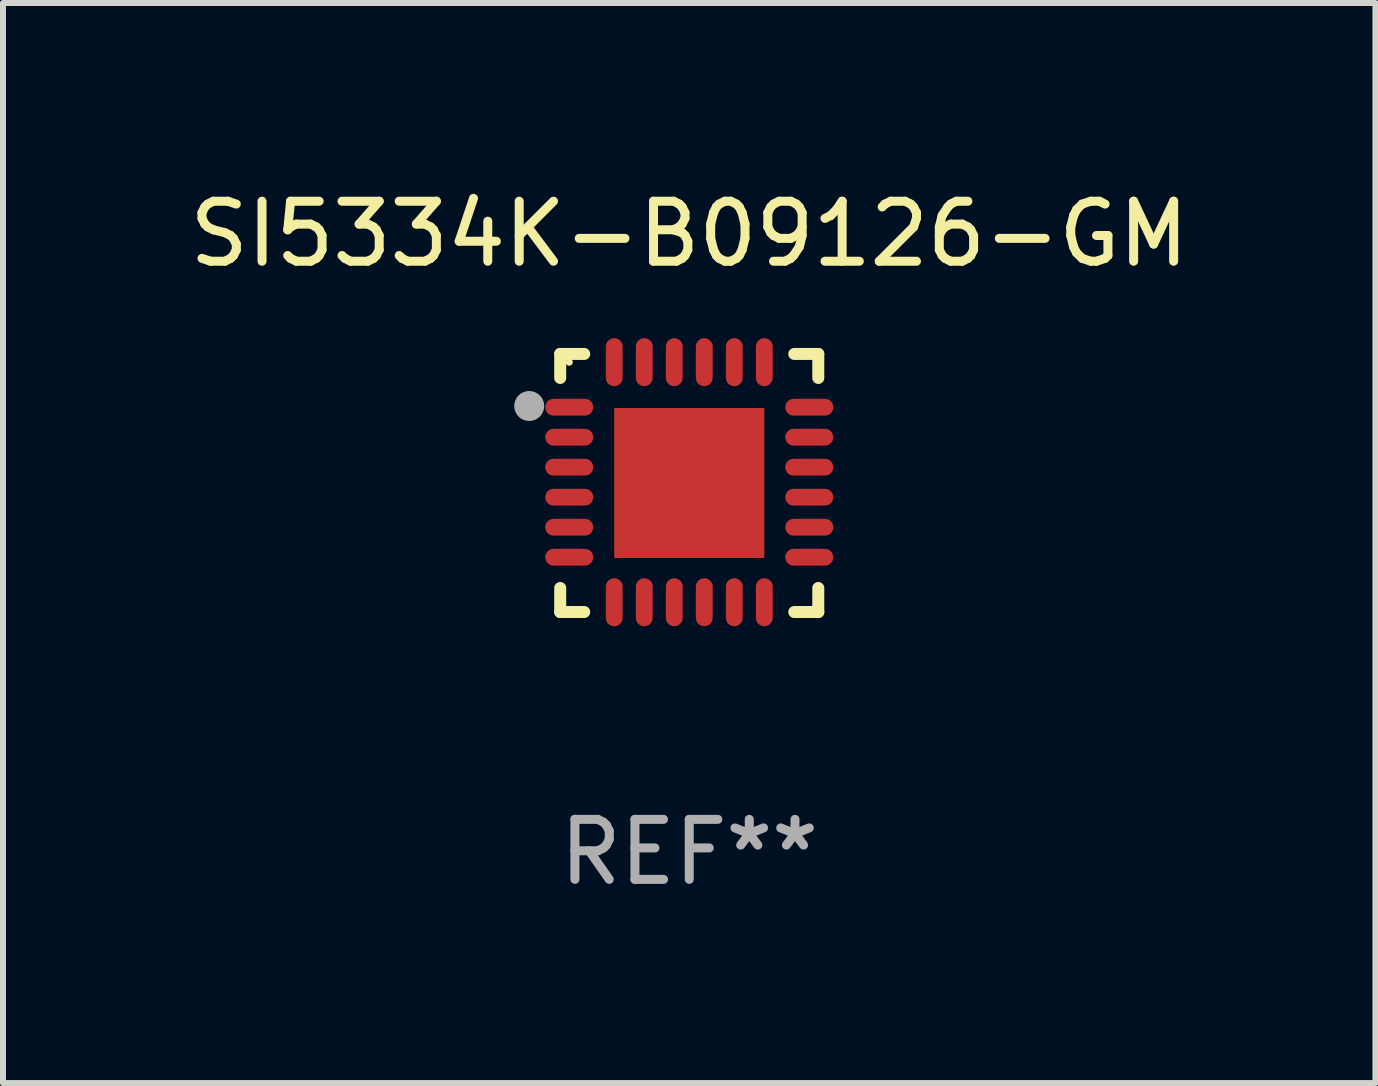
<source format=kicad_pcb>
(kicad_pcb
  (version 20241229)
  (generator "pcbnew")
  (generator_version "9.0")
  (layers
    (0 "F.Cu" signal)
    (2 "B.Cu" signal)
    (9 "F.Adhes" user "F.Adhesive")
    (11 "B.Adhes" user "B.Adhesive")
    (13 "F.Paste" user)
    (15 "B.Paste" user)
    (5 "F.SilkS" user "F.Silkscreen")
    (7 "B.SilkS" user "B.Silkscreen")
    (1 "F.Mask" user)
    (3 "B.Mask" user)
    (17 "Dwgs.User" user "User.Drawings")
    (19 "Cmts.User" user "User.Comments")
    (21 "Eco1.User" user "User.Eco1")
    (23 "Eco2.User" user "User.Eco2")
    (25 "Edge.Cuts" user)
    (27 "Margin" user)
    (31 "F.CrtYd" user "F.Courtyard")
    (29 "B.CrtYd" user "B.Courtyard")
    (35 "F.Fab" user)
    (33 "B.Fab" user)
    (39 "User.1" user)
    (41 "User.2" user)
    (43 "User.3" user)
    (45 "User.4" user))
  (footprint "SI5334K-B09126-GM"
    (layer "F.Cu")
    (at 8.435 4.998)
    (property "Reference" "SI5334K-B09126-GM" (at 0 -4.15 0) (layer "F.SilkS") (effects (font (size 1 1) (thickness 0.15))))
    (attr through_hole)
    (fp_line (start -2.15 -2.15) (end -1.75 -2.15) (stroke (width 0.2) (type solid)) (layer "F.SilkS"))
    (fp_line (start -2.15 -1.75) (end -2.15 -2.15) (stroke (width 0.2) (type solid)) (layer "F.SilkS"))
    (fp_line (start -2.15 2.15) (end -2.15 1.75) (stroke (width 0.2) (type solid)) (layer "F.SilkS"))
    (fp_line (start -1.75 2.15) (end -2.15 2.15) (stroke (width 0.2) (type solid)) (layer "F.SilkS"))
    (fp_line (start 1.75 -2.15) (end 2.15 -2.15) (stroke (width 0.2) (type solid)) (layer "F.SilkS"))
    (fp_line (start 1.75 2.15) (end 2.15 2.15) (stroke (width 0.2) (type solid)) (layer "F.SilkS"))
    (fp_line (start 2.15 -2.15) (end 2.15 -1.75) (stroke (width 0.2) (type solid)) (layer "F.SilkS"))
    (fp_line (start 2.15 2.15) (end 2.15 1.75) (stroke (width 0.2) (type solid)) (layer "F.SilkS"))
    (fp_circle (center -2 -2.013) (end -1.97 -2.013) (stroke (width 0.06) (type solid)) (fill no) (layer "F.SilkS"))
    (fp_circle (center -2.667 -1.283) (end -2.542 -1.283) (stroke (width 0.25) (type solid)) (fill no) (layer "F.Fab"))
    (fp_text user "REF**" (at 0 6.15 0) (layer "F.Fab") (effects (font (size 1 1) (thickness 0.15))))
    (pad "1" smd oval (at -2 -1.263) (size 0.8 0.28) (layers "F.Cu" "F.Mask" "F.Paste"))
    (pad "2" smd oval (at -2 -0.763) (size 0.8 0.28) (layers "F.Cu" "F.Mask" "F.Paste"))
    (pad "3" smd oval (at -2 -0.263) (size 0.8 0.28) (layers "F.Cu" "F.Mask" "F.Paste"))
    (pad "4" smd oval (at -2 0.237) (size 0.8 0.28) (layers "F.Cu" "F.Mask" "F.Paste"))
    (pad "5" smd oval (at -2 0.737) (size 0.8 0.28) (layers "F.Cu" "F.Mask" "F.Paste"))
    (pad "6" smd oval (at -2 1.237) (size 0.8 0.28) (layers "F.Cu" "F.Mask" "F.Paste"))
    (pad "7" smd oval (at -1.25 1.987) (size 0.28 0.8) (layers "F.Cu" "F.Mask" "F.Paste"))
    (pad "8" smd oval (at -0.75 1.987) (size 0.28 0.8) (layers "F.Cu" "F.Mask" "F.Paste"))
    (pad "9" smd oval (at -0.25 1.987) (size 0.28 0.8) (layers "F.Cu" "F.Mask" "F.Paste"))
    (pad "10" smd oval (at 0.25 1.987) (size 0.28 0.8) (layers "F.Cu" "F.Mask" "F.Paste"))
    (pad "11" smd oval (at 0.75 1.987) (size 0.28 0.8) (layers "F.Cu" "F.Mask" "F.Paste"))
    (pad "12" smd oval (at 1.25 1.987) (size 0.28 0.8) (layers "F.Cu" "F.Mask" "F.Paste"))
    (pad "13" smd oval (at 2 1.237) (size 0.8 0.28) (layers "F.Cu" "F.Mask" "F.Paste"))
    (pad "14" smd oval (at 2 0.737) (size 0.8 0.28) (layers "F.Cu" "F.Mask" "F.Paste"))
    (pad "15" smd oval (at 2 0.237) (size 0.8 0.28) (layers "F.Cu" "F.Mask" "F.Paste"))
    (pad "16" smd oval (at 2 -0.263) (size 0.8 0.28) (layers "F.Cu" "F.Mask" "F.Paste"))
    (pad "17" smd oval (at 2 -0.763) (size 0.8 0.28) (layers "F.Cu" "F.Mask" "F.Paste"))
    (pad "18" smd oval (at 2 -1.263) (size 0.8 0.28) (layers "F.Cu" "F.Mask" "F.Paste"))
    (pad "19" smd oval (at 1.25 -2.013) (size 0.28 0.8) (layers "F.Cu" "F.Mask" "F.Paste"))
    (pad "20" smd oval (at 0.75 -2.013) (size 0.28 0.8) (layers "F.Cu" "F.Mask" "F.Paste"))
    (pad "21" smd oval (at 0.25 -2.013) (size 0.28 0.8) (layers "F.Cu" "F.Mask" "F.Paste"))
    (pad "22" smd oval (at -0.25 -2.013) (size 0.28 0.8) (layers "F.Cu" "F.Mask" "F.Paste"))
    (pad "23" smd oval (at -0.75 -2.013) (size 0.28 0.8) (layers "F.Cu" "F.Mask" "F.Paste"))
    (pad "24" smd oval (at -1.25 -2.013) (size 0.28 0.8) (layers "F.Cu" "F.Mask" "F.Paste"))
    (pad "25" smd rect (at -0.000127 -0.00014) (size 2.5 2.5) (layers "F.Cu" "F.Mask" "F.Paste")))
  (gr_rect
    (start -3 -3)
    (end 19.869 14.997)
    (stroke (width 0.1) (type default))
    (fill no)
    (layer "Edge.Cuts")))
</source>
